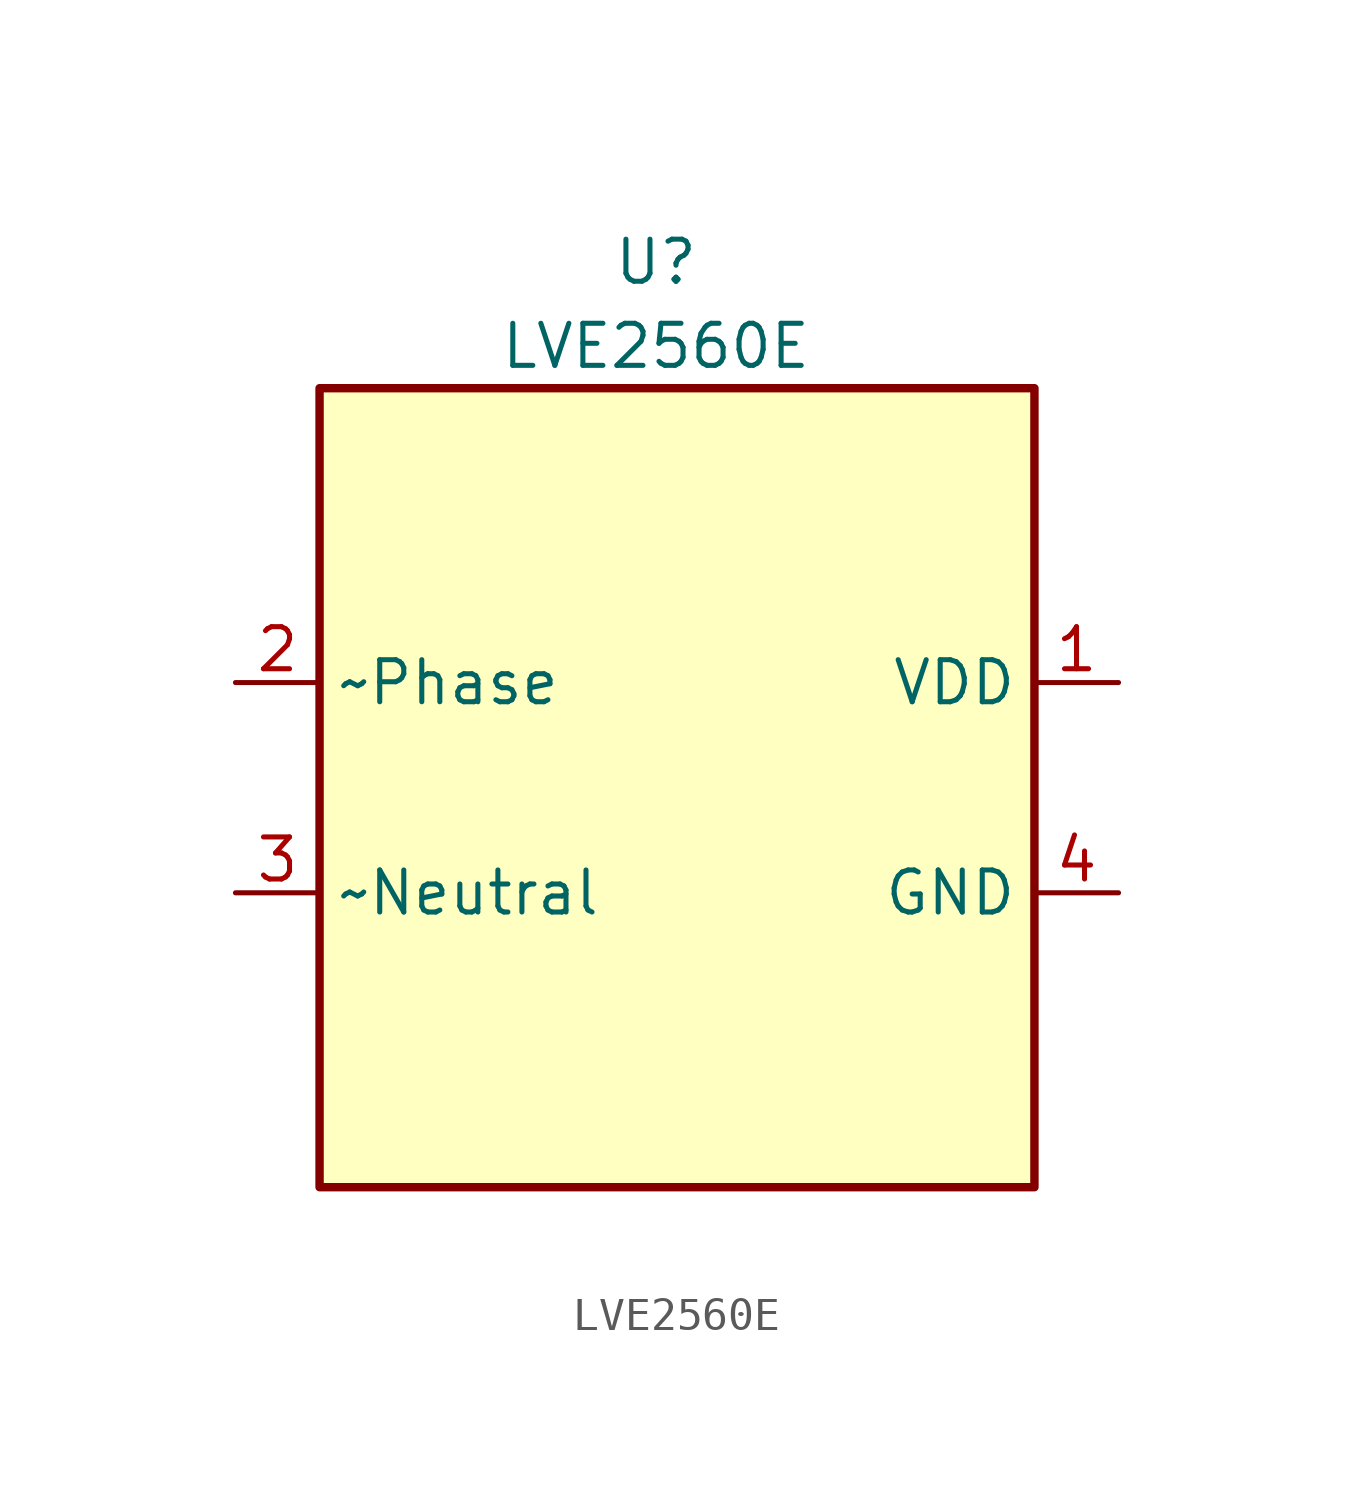
<source format=kicad_sym>
(kicad_symbol_lib
  (version 20220914)
  (generator kicad_symbol_editor)
  (symbol "LVE2560E"
    (property "Reference" "U"
      (at 10.16 27.94 0)
      (effects (font (size 1.27 1.27))))
    (property "Value" " LVE2560E"
      (at 10.16 25.4 0)
      (effects (font (size 1.27 1.27))))
    (symbol "LVE2560E_0_1"
      (rectangle (start 0 24.13) (end 21.59 0) (stroke (width 0.254) (type default)) (fill (type background))))
    (symbol "LVE2560E_1_1"
      (pin power_out line (at 24.13 15.24 180) (length 2.54) (name "VDD" (effects (font (size 1.27 1.27)))) (number "1" (effects (font (size 1.27 1.27)))))
      (pin power_in line (at -2.54 15.24 0) (length 2.54) (name "~Phase" (effects (font (size 1.27 1.27)))) (number "2" (effects (font (size 1.27 1.27)))))
      (pin power_in line (at -2.54 8.89 0) (length 2.54) (name "~Neutral" (effects (font (size 1.27 1.27)))) (number "3" (effects (font (size 1.27 1.27)))))
      (pin power_out line (at 24.13 8.89 180) (length 2.54) (name "GND" (effects (font (size 1.27 1.27)))) (number "4" (effects (font (size 1.27 1.27))))))))
</source>
